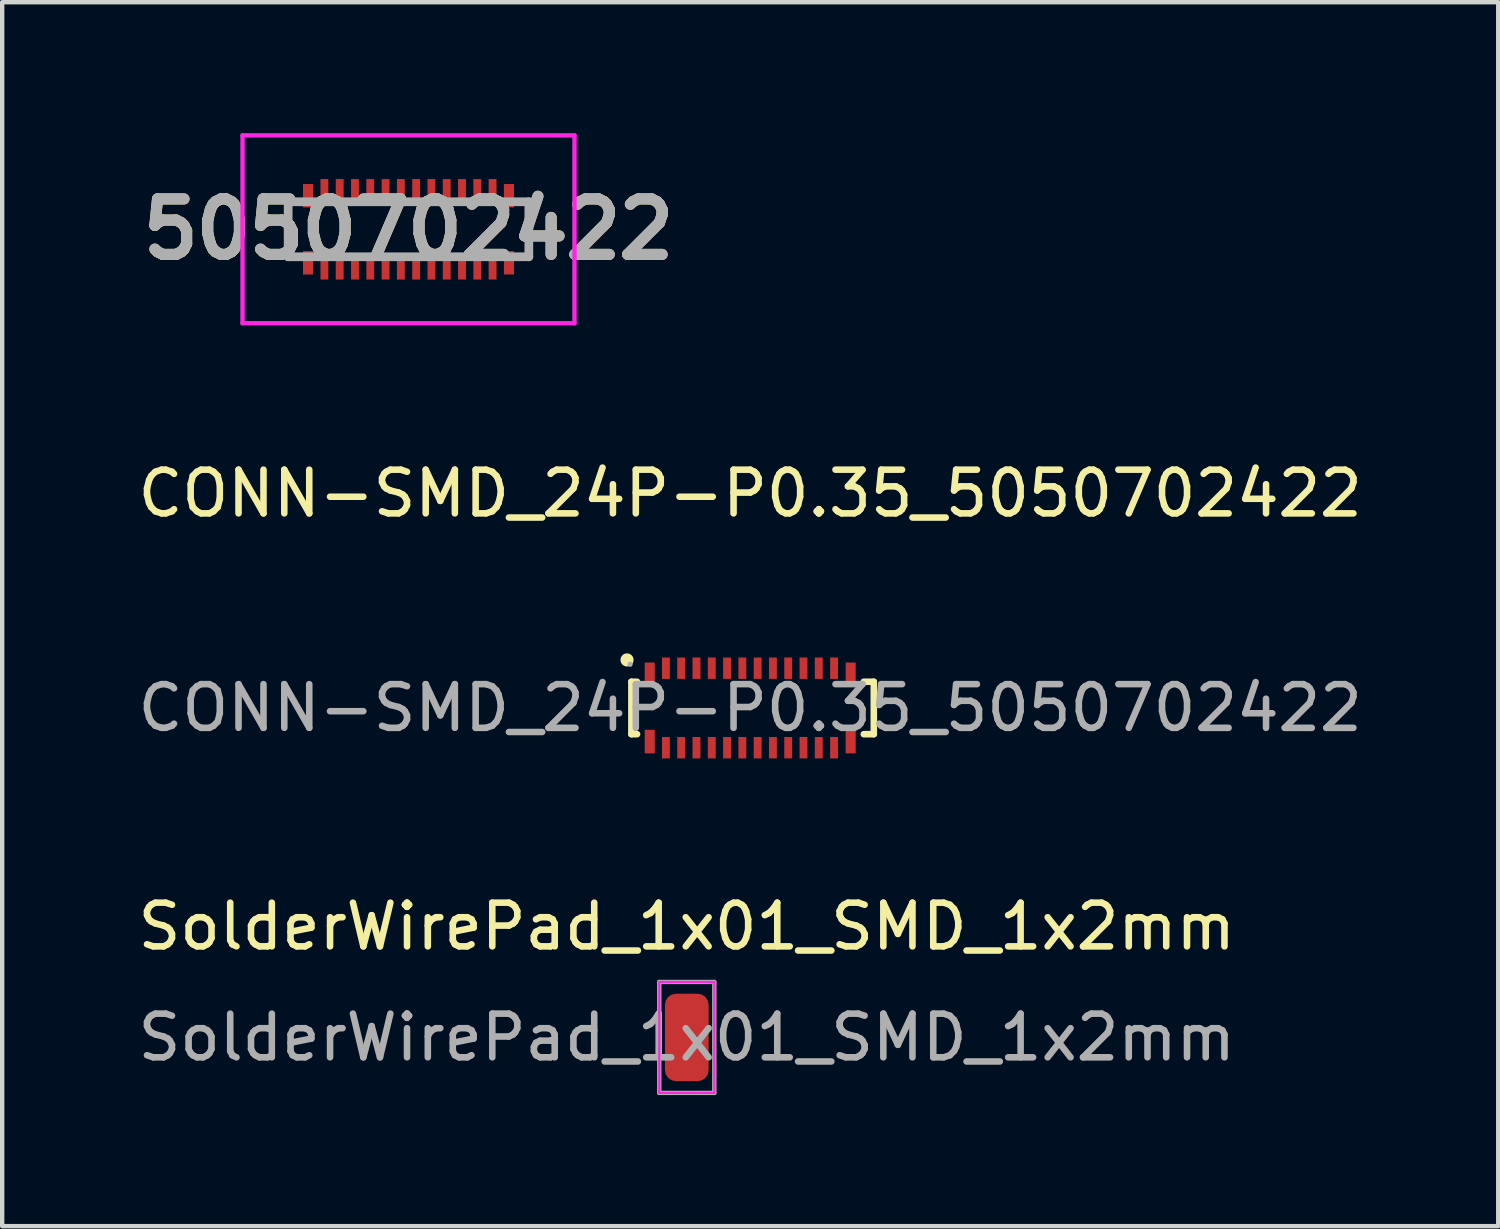
<source format=kicad_pcb>
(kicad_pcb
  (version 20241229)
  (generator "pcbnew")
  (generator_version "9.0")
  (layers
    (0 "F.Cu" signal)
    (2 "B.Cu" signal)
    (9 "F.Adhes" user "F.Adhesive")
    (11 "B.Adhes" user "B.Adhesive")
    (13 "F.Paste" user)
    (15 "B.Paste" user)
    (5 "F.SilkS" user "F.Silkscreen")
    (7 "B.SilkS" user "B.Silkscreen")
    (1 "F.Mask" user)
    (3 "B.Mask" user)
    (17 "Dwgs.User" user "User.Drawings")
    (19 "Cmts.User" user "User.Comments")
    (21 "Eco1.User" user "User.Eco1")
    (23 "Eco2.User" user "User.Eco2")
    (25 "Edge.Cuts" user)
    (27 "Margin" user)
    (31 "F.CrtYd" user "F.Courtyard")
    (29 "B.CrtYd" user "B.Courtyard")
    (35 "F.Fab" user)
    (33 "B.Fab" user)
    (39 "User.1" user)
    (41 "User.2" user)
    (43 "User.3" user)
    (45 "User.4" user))
  (footprint "CONN-SMD_24P-P0.35_5050702422"
    (layer "F.Cu")
    (at 14.125 13.158)
    (property "Reference" "CONN-SMD_24P-P0.35_5050702422" (at 0 -4.91 0) (layer "F.SilkS") (effects (font (size 1 1) (thickness 0.15))))
    (attr through_hole)
    (fp_line (start -2.72 -0.6) (end -2.59 -0.6) (stroke (width 0.15) (type solid)) (layer "F.SilkS"))
    (fp_line (start -2.72 0.6) (end -2.72 -0.6) (stroke (width 0.15) (type solid)) (layer "F.SilkS"))
    (fp_line (start -2.59 0.6) (end -2.72 0.6) (stroke (width 0.15) (type solid)) (layer "F.SilkS"))
    (fp_line (start 2.6 -0.6) (end 2.83 -0.6) (stroke (width 0.15) (type solid)) (layer "F.SilkS"))
    (fp_line (start 2.83 -0.6) (end 2.83 0.6) (stroke (width 0.15) (type solid)) (layer "F.SilkS"))
    (fp_line (start 2.83 0.6) (end 2.6 0.6) (stroke (width 0.15) (type solid)) (layer "F.SilkS"))
    (fp_circle (center -2.82 -1.1) (end -2.72 -1.1) (stroke (width 0.1) (type solid)) (fill yes) (layer "F.SilkS"))
    (fp_circle (center -2.75 -1) (end -2.72 -1) (stroke (width 0.06) (type solid)) (fill no) (layer "F.Fab"))
    (fp_text user "${REFERENCE}" (at 0 0 0) (layer "F.Fab") (effects (font (size 1 1) (thickness 0.15))))
    (pad "1" smd rect (at -1.93 -0.91 180) (size 0.18 0.49) (layers "F.Cu" "F.Mask" "F.Paste"))
    (pad "2" smd rect (at -1.58 -0.91 180) (size 0.18 0.49) (layers "F.Cu" "F.Mask" "F.Paste"))
    (pad "3" smd rect (at -1.23 -0.91 180) (size 0.18 0.49) (layers "F.Cu" "F.Mask" "F.Paste"))
    (pad "4" smd rect (at -0.88 -0.91 180) (size 0.18 0.49) (layers "F.Cu" "F.Mask" "F.Paste"))
    (pad "5" smd rect (at -0.53 -0.91 180) (size 0.18 0.49) (layers "F.Cu" "F.Mask" "F.Paste"))
    (pad "6" smd rect (at -0.18 -0.91 180) (size 0.18 0.49) (layers "F.Cu" "F.Mask" "F.Paste"))
    (pad "7" smd rect (at 0.17 -0.91 180) (size 0.18 0.49) (layers "F.Cu" "F.Mask" "F.Paste"))
    (pad "8" smd rect (at 0.52 -0.91 180) (size 0.18 0.49) (layers "F.Cu" "F.Mask" "F.Paste"))
    (pad "9" smd rect (at 0.87 -0.91 180) (size 0.18 0.49) (layers "F.Cu" "F.Mask" "F.Paste"))
    (pad "10" smd rect (at 1.22 -0.91 180) (size 0.18 0.49) (layers "F.Cu" "F.Mask" "F.Paste"))
    (pad "11" smd rect (at 1.57 -0.91 180) (size 0.18 0.49) (layers "F.Cu" "F.Mask" "F.Paste"))
    (pad "12" smd rect (at 1.92 -0.91 180) (size 0.18 0.49) (layers "F.Cu" "F.Mask" "F.Paste"))
    (pad "13" smd rect (at 1.92 0.91 180) (size 0.18 0.49) (layers "F.Cu" "F.Mask" "F.Paste"))
    (pad "14" smd rect (at 1.57 0.91 180) (size 0.18 0.49) (layers "F.Cu" "F.Mask" "F.Paste"))
    (pad "15" smd rect (at 1.22 0.91 180) (size 0.18 0.49) (layers "F.Cu" "F.Mask" "F.Paste"))
    (pad "16" smd rect (at 0.87 0.91 180) (size 0.18 0.49) (layers "F.Cu" "F.Mask" "F.Paste"))
    (pad "17" smd rect (at 0.52 0.91 180) (size 0.18 0.49) (layers "F.Cu" "F.Mask" "F.Paste"))
    (pad "18" smd rect (at 0.17 0.91 180) (size 0.18 0.49) (layers "F.Cu" "F.Mask" "F.Paste"))
    (pad "19" smd rect (at -0.18 0.91 180) (size 0.18 0.49) (layers "F.Cu" "F.Mask" "F.Paste"))
    (pad "20" smd rect (at -0.53 0.91 180) (size 0.18 0.49) (layers "F.Cu" "F.Mask" "F.Paste"))
    (pad "21" smd rect (at -0.88 0.91 180) (size 0.18 0.49) (layers "F.Cu" "F.Mask" "F.Paste"))
    (pad "22" smd rect (at -1.23 0.91 180) (size 0.18 0.49) (layers "F.Cu" "F.Mask" "F.Paste"))
    (pad "23" smd rect (at -1.58 0.91 180) (size 0.18 0.49) (layers "F.Cu" "F.Mask" "F.Paste"))
    (pad "24" smd rect (at -1.93 0.91 180) (size 0.18 0.49) (layers "F.Cu" "F.Mask" "F.Paste"))
    (pad "X1A" smd rect (at -2.3 -0.77 180) (size 0.23 0.54) (layers "F.Cu" "F.Mask" "F.Paste"))
    (pad "X1B" smd rect (at -2.3 0.77 180) (size 0.23 0.54) (layers "F.Cu" "F.Mask" "F.Paste"))
    (pad "X2A" smd rect (at 2.3 -0.77 180) (size 0.23 0.54) (layers "F.Cu" "F.Mask" "F.Paste"))
    (pad "X2B" smd rect (at 2.3 0.77 180) (size 0.23 0.54) (layers "F.Cu" "F.Mask" "F.Paste")))
  (footprint "SolderWirePad_1x01_SMD_1x2mm"
    (layer "F.Cu")
    (at 12.673 20.701)
    (property "Reference" "SolderWirePad_1x01_SMD_1x2mm" (at 0 -2.54 0) (layer "F.SilkS") (effects (font (size 1 1) (thickness 0.15))))
    (attr exclude_from_pos_files)
    (fp_line (start -0.63 -1.27) (end -0.63 1.27) (stroke (width 0.05) (type solid)) (layer "F.CrtYd"))
    (fp_line (start -0.63 1.27) (end 0.63 1.27) (stroke (width 0.05) (type solid)) (layer "F.CrtYd"))
    (fp_line (start 0.63 -1.27) (end -0.63 -1.27) (stroke (width 0.05) (type solid)) (layer "F.CrtYd"))
    (fp_line (start 0.63 1.27) (end 0.63 -1.27) (stroke (width 0.05) (type solid)) (layer "F.CrtYd"))
    (fp_line (start -0.63 -1.27) (end 0.63 -1.27) (stroke (width 0.1) (type solid)) (layer "F.Fab"))
    (fp_line (start -0.63 1.27) (end -0.63 -1.27) (stroke (width 0.1) (type solid)) (layer "F.Fab"))
    (fp_line (start 0.63 -1.27) (end 0.63 1.27) (stroke (width 0.1) (type solid)) (layer "F.Fab"))
    (fp_line (start 0.63 1.27) (end -0.63 1.27) (stroke (width 0.1) (type solid)) (layer "F.Fab"))
    (fp_text user "${REFERENCE}" (at 0 0 0) (layer "F.Fab") (effects (font (size 1 1) (thickness 0.15))))
    (pad "1" smd roundrect (at 0 0) (size 1 2) (layers "F.Cu" "F.Mask" "F.Paste") (roundrect_rratio 0.25)))
  (footprint "5050702422"
    (layer "F.Cu")
    (at 6.302 2.199)
    (property "Reference" "5050702422" (at 0 0.001 0) (layer "F.SilkS") (effects (font (size 1.27 1.27) (thickness 0.254))))
    (attr smd)
    (fp_line (start -2.755 0.63) (end -2.8 -0.63) (stroke (width 0.1) (type solid)) (layer "F.SilkS"))
    (fp_line (start 2.8 0.63) (end 2.755 -0.63) (stroke (width 0.1) (type solid)) (layer "F.SilkS"))
    (fp_line (start -3.8 -2.149) (end -3.8 2.151) (stroke (width 0.1) (type solid)) (layer "F.CrtYd"))
    (fp_line (start -3.8 2.151) (end 3.8 2.151) (stroke (width 0.1) (type solid)) (layer "F.CrtYd"))
    (fp_line (start 3.8 -2.149) (end -3.8 -2.149) (stroke (width 0.1) (type solid)) (layer "F.CrtYd"))
    (fp_line (start 3.8 2.151) (end 3.8 -2.149) (stroke (width 0.1) (type solid)) (layer "F.CrtYd"))
    (fp_line (start -2.755 -0.63) (end -2.755 0.63) (stroke (width 0.2) (type solid)) (layer "F.Fab"))
    (fp_line (start -2.755 0.63) (end 2.755 0.63) (stroke (width 0.2) (type solid)) (layer "F.Fab"))
    (fp_line (start 2.755 -0.63) (end -2.755 -0.63) (stroke (width 0.2) (type solid)) (layer "F.Fab"))
    (fp_line (start 2.755 0.63) (end 2.755 -0.63) (stroke (width 0.2) (type solid)) (layer "F.Fab"))
    (fp_text user "${REFERENCE}" (at 0 0.001 0) (layer "F.Fab") (effects (font (size 1.27 1.27) (thickness 0.254))))
    (pad "1" smd rect (at -1.925 -0.907 180) (size 0.18 0.485) (layers "F.Cu" "F.Mask" "F.Paste"))
    (pad "2" smd rect (at -1.575 -0.907 180) (size 0.18 0.485) (layers "F.Cu" "F.Mask" "F.Paste"))
    (pad "3" smd rect (at -1.225 -0.907 180) (size 0.18 0.485) (layers "F.Cu" "F.Mask" "F.Paste"))
    (pad "4" smd rect (at -0.875 -0.907 180) (size 0.18 0.485) (layers "F.Cu" "F.Mask" "F.Paste"))
    (pad "5" smd rect (at -0.525 -0.907 180) (size 0.18 0.485) (layers "F.Cu" "F.Mask" "F.Paste"))
    (pad "6" smd rect (at -0.175 -0.907 180) (size 0.18 0.485) (layers "F.Cu" "F.Mask" "F.Paste"))
    (pad "7" smd rect (at 0.175 -0.907 180) (size 0.18 0.485) (layers "F.Cu" "F.Mask" "F.Paste"))
    (pad "8" smd rect (at 0.525 -0.907 180) (size 0.18 0.485) (layers "F.Cu" "F.Mask" "F.Paste"))
    (pad "9" smd rect (at 0.875 -0.907 180) (size 0.18 0.485) (layers "F.Cu" "F.Mask" "F.Paste"))
    (pad "10" smd rect (at 1.225 -0.907 180) (size 0.18 0.485) (layers "F.Cu" "F.Mask" "F.Paste"))
    (pad "11" smd rect (at 1.575 -0.907 180) (size 0.18 0.485) (layers "F.Cu" "F.Mask" "F.Paste"))
    (pad "12" smd rect (at 1.925 -0.907 180) (size 0.18 0.485) (layers "F.Cu" "F.Mask" "F.Paste"))
    (pad "13" smd rect (at 1.925 0.908 180) (size 0.18 0.485) (layers "F.Cu" "F.Mask" "F.Paste"))
    (pad "14" smd rect (at 1.575 0.908 180) (size 0.18 0.485) (layers "F.Cu" "F.Mask" "F.Paste"))
    (pad "15" smd rect (at 1.225 0.908 180) (size 0.18 0.485) (layers "F.Cu" "F.Mask" "F.Paste"))
    (pad "16" smd rect (at 0.875 0.908 180) (size 0.18 0.485) (layers "F.Cu" "F.Mask" "F.Paste"))
    (pad "17" smd rect (at 0.525 0.908 180) (size 0.18 0.485) (layers "F.Cu" "F.Mask" "F.Paste"))
    (pad "18" smd rect (at 0.175 0.908 180) (size 0.18 0.485) (layers "F.Cu" "F.Mask" "F.Paste"))
    (pad "19" smd rect (at -0.175 0.908 180) (size 0.18 0.485) (layers "F.Cu" "F.Mask" "F.Paste"))
    (pad "20" smd rect (at -0.525 0.908 180) (size 0.18 0.485) (layers "F.Cu" "F.Mask" "F.Paste"))
    (pad "21" smd rect (at -0.875 0.908 180) (size 0.18 0.485) (layers "F.Cu" "F.Mask" "F.Paste"))
    (pad "22" smd rect (at -1.225 0.908 180) (size 0.18 0.485) (layers "F.Cu" "F.Mask" "F.Paste"))
    (pad "23" smd rect (at -1.575 0.908 180) (size 0.18 0.485) (layers "F.Cu" "F.Mask" "F.Paste"))
    (pad "24" smd rect (at -1.925 0.908 180) (size 0.18 0.485) (layers "F.Cu" "F.Mask" "F.Paste"))
    (pad "X1A" smd rect (at -2.3 -0.768 180) (size 0.23 0.535) (layers "F.Cu" "F.Mask" "F.Paste"))
    (pad "X1B" smd rect (at -2.3 0.768 180) (size 0.23 0.535) (layers "F.Cu" "F.Mask" "F.Paste"))
    (pad "X2A" smd rect (at 2.3 -0.768 180) (size 0.23 0.535) (layers "F.Cu" "F.Mask" "F.Paste"))
    (pad "X2B" smd rect (at 2.3 0.768 180) (size 0.23 0.535) (layers "F.Cu" "F.Mask" "F.Paste")))
  (gr_rect
    (start -3 -3)
    (end 31.25 25.021)
    (stroke (width 0.1) (type default))
    (fill no)
    (layer "Edge.Cuts")))
</source>
